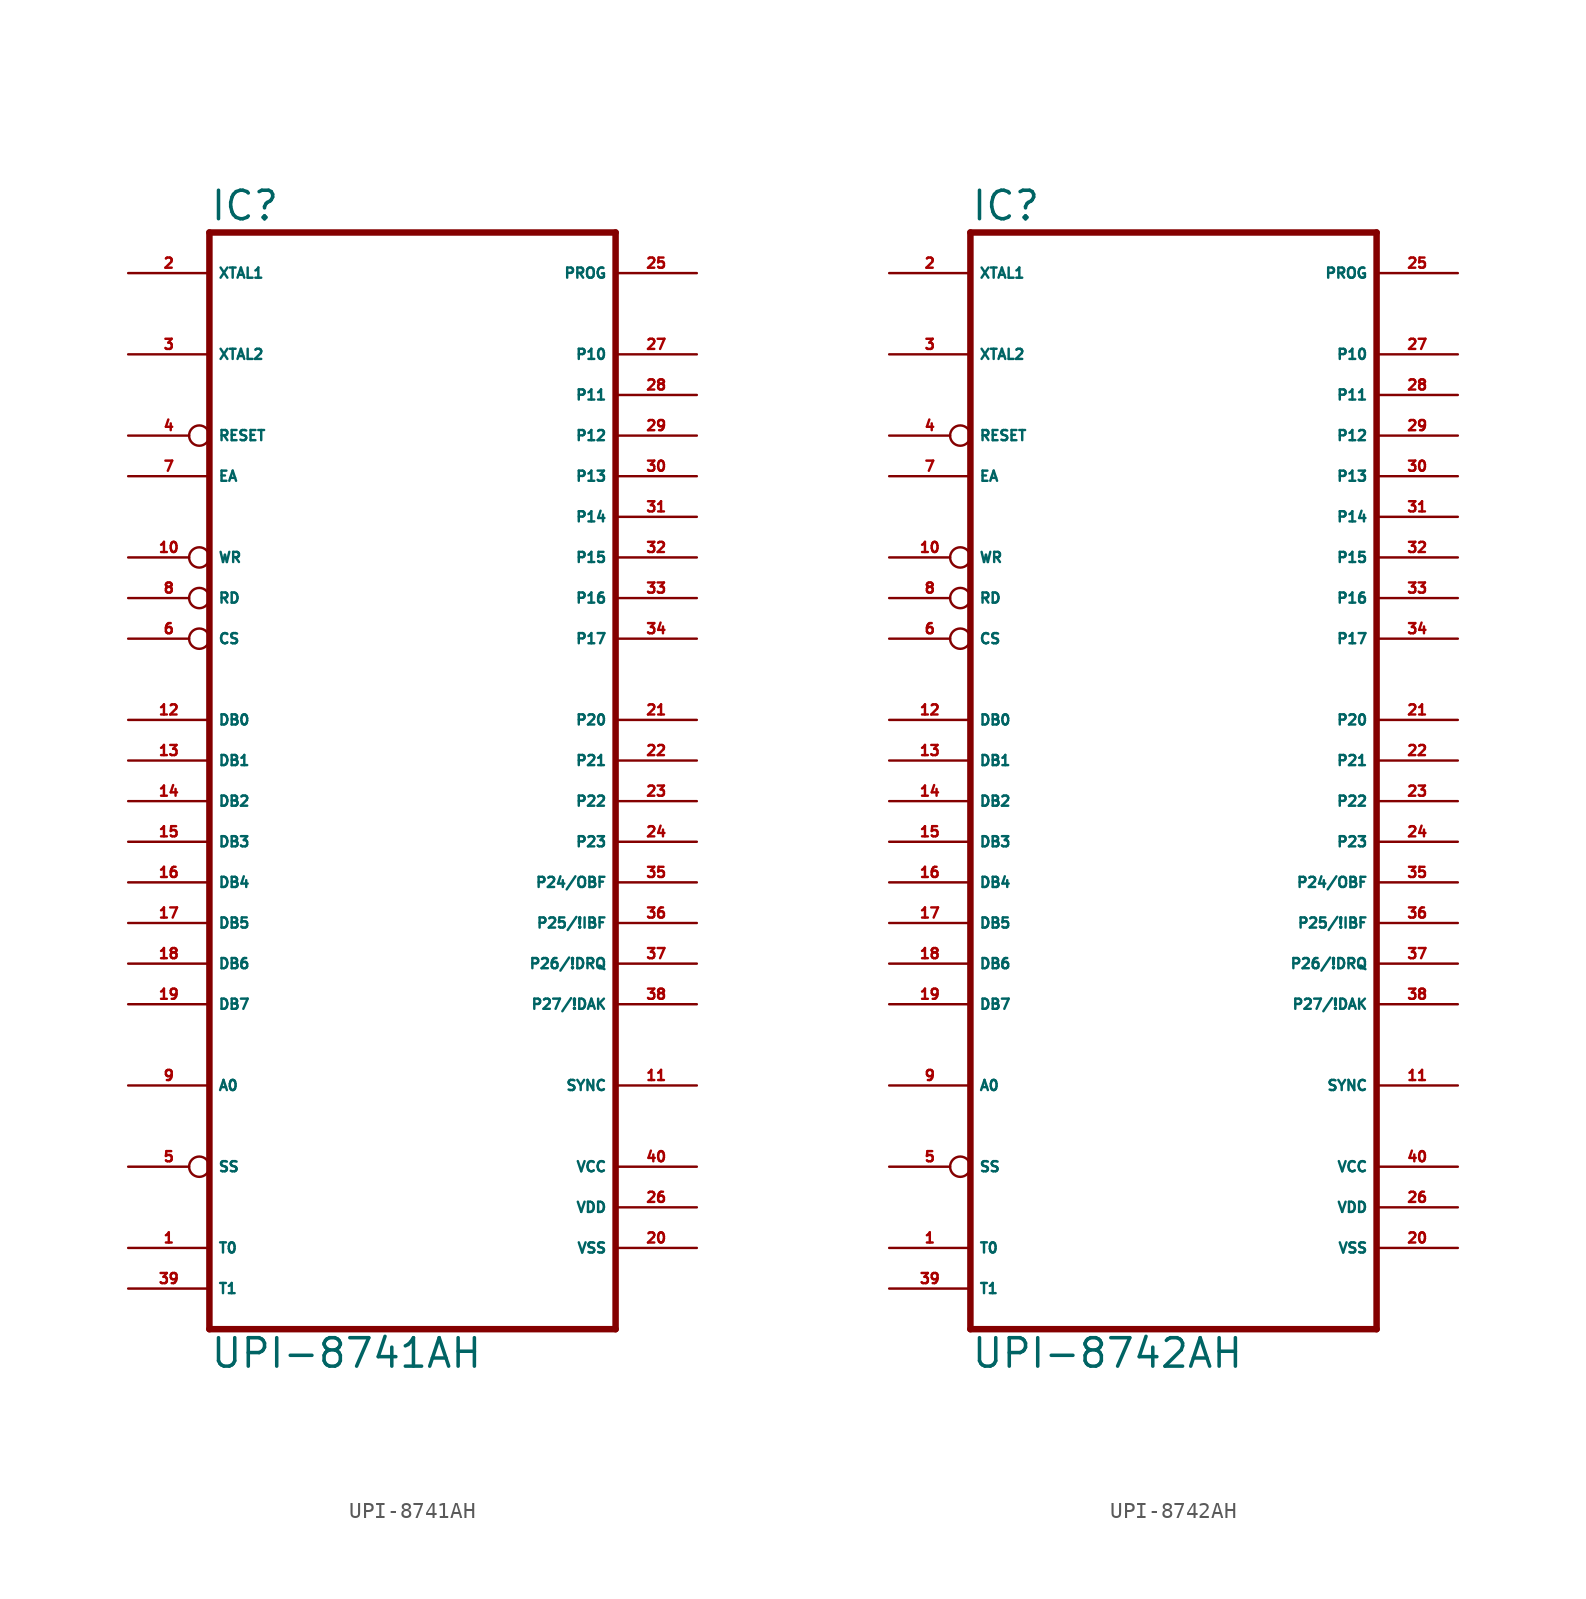
<source format=kicad_sym>
(kicad_symbol_lib
  (version 20220914)
  (generator Eagle2Kicad)
  (symbol "UPI-8741AH"
    (property "Reference" "IC"
      (at -12.7 33.655 0)
      (effects (font (size 1.778 1.778) (thickness 0.22)) (justify left bottom)))
    (property "Value" "UPI-8741AH"
      (at -12.7 -38.1 0)
      (effects (font (size 1.778 1.778) (thickness 0.22)) (justify left bottom)))
    (polyline
      (pts (xy 12.7 33.02) (xy 12.7 -35.56))
      (stroke (width 0.406) (type default))
      (fill (type none)))
    (polyline
      (pts (xy -12.7 -35.56) (xy 12.7 -35.56))
      (stroke (width 0.406) (type default))
      (fill (type none)))
    (polyline
      (pts (xy -12.7 -35.56) (xy -12.7 33.02))
      (stroke (width 0.406) (type default))
      (fill (type none)))
    (polyline
      (pts (xy 12.7 33.02) (xy -12.7 33.02))
      (stroke (width 0.406) (type default))
      (fill (type none)))
    (pin input line
      (at -17.78 25.4 0)
      (length 5.08)
      (name "XTAL2" (effects (font (size 0.635 0.635) (thickness 0.08)) (justify left bottom)))
      (number "3" (effects (font (size 0.635 0.635) (thickness 0.08)) (justify left bottom))))
    (pin input line
      (at -17.78 30.48 0)
      (length 5.08)
      (name "XTAL1" (effects (font (size 0.635 0.635) (thickness 0.08)) (justify left bottom)))
      (number "2" (effects (font (size 0.635 0.635) (thickness 0.08)) (justify left bottom))))
    (pin input line
      (at -17.78 17.78 0)
      (length 5.08)
      (name "EA" (effects (font (size 0.635 0.635) (thickness 0.08)) (justify left bottom)))
      (number "7" (effects (font (size 0.635 0.635) (thickness 0.08)) (justify left bottom))))
    (pin bidirectional line
      (at 17.78 -15.24 180)
      (length 5.08)
      (name "P27/!DAK" (effects (font (size 0.635 0.635) (thickness 0.08)) (justify left bottom)))
      (number "38" (effects (font (size 0.635 0.635) (thickness 0.08)) (justify left bottom))))
    (pin bidirectional line
      (at 17.78 -12.7 180)
      (length 5.08)
      (name "P26/!DRQ" (effects (font (size 0.635 0.635) (thickness 0.08)) (justify left bottom)))
      (number "37" (effects (font (size 0.635 0.635) (thickness 0.08)) (justify left bottom))))
    (pin bidirectional line
      (at 17.78 -10.16 180)
      (length 5.08)
      (name "P25/!IBF" (effects (font (size 0.635 0.635) (thickness 0.08)) (justify left bottom)))
      (number "36" (effects (font (size 0.635 0.635) (thickness 0.08)) (justify left bottom))))
    (pin bidirectional line
      (at 17.78 -7.62 180)
      (length 5.08)
      (name "P24/OBF" (effects (font (size 0.635 0.635) (thickness 0.08)) (justify left bottom)))
      (number "35" (effects (font (size 0.635 0.635) (thickness 0.08)) (justify left bottom))))
    (pin bidirectional line
      (at 17.78 -5.08 180)
      (length 5.08)
      (name "P23" (effects (font (size 0.635 0.635) (thickness 0.08)) (justify left bottom)))
      (number "24" (effects (font (size 0.635 0.635) (thickness 0.08)) (justify left bottom))))
    (pin bidirectional line
      (at 17.78 -2.54 180)
      (length 5.08)
      (name "P22" (effects (font (size 0.635 0.635) (thickness 0.08)) (justify left bottom)))
      (number "23" (effects (font (size 0.635 0.635) (thickness 0.08)) (justify left bottom))))
    (pin bidirectional line
      (at 17.78 0 180)
      (length 5.08)
      (name "P21" (effects (font (size 0.635 0.635) (thickness 0.08)) (justify left bottom)))
      (number "22" (effects (font (size 0.635 0.635) (thickness 0.08)) (justify left bottom))))
    (pin bidirectional line
      (at 17.78 2.54 180)
      (length 5.08)
      (name "P20" (effects (font (size 0.635 0.635) (thickness 0.08)) (justify left bottom)))
      (number "21" (effects (font (size 0.635 0.635) (thickness 0.08)) (justify left bottom))))
    (pin bidirectional line
      (at -17.78 -15.24 0)
      (length 5.08)
      (name "DB7" (effects (font (size 0.635 0.635) (thickness 0.08)) (justify left bottom)))
      (number "19" (effects (font (size 0.635 0.635) (thickness 0.08)) (justify left bottom))))
    (pin bidirectional line
      (at -17.78 -12.7 0)
      (length 5.08)
      (name "DB6" (effects (font (size 0.635 0.635) (thickness 0.08)) (justify left bottom)))
      (number "18" (effects (font (size 0.635 0.635) (thickness 0.08)) (justify left bottom))))
    (pin bidirectional line
      (at -17.78 -10.16 0)
      (length 5.08)
      (name "DB5" (effects (font (size 0.635 0.635) (thickness 0.08)) (justify left bottom)))
      (number "17" (effects (font (size 0.635 0.635) (thickness 0.08)) (justify left bottom))))
    (pin bidirectional line
      (at -17.78 -7.62 0)
      (length 5.08)
      (name "DB4" (effects (font (size 0.635 0.635) (thickness 0.08)) (justify left bottom)))
      (number "16" (effects (font (size 0.635 0.635) (thickness 0.08)) (justify left bottom))))
    (pin bidirectional line
      (at -17.78 -5.08 0)
      (length 5.08)
      (name "DB3" (effects (font (size 0.635 0.635) (thickness 0.08)) (justify left bottom)))
      (number "15" (effects (font (size 0.635 0.635) (thickness 0.08)) (justify left bottom))))
    (pin bidirectional line
      (at -17.78 -2.54 0)
      (length 5.08)
      (name "DB2" (effects (font (size 0.635 0.635) (thickness 0.08)) (justify left bottom)))
      (number "14" (effects (font (size 0.635 0.635) (thickness 0.08)) (justify left bottom))))
    (pin bidirectional line
      (at -17.78 0 0)
      (length 5.08)
      (name "DB1" (effects (font (size 0.635 0.635) (thickness 0.08)) (justify left bottom)))
      (number "13" (effects (font (size 0.635 0.635) (thickness 0.08)) (justify left bottom))))
    (pin bidirectional line
      (at -17.78 2.54 0)
      (length 5.08)
      (name "DB0" (effects (font (size 0.635 0.635) (thickness 0.08)) (justify left bottom)))
      (number "12" (effects (font (size 0.635 0.635) (thickness 0.08)) (justify left bottom))))
    (pin output line
      (at 17.78 -20.32 180)
      (length 5.08)
      (name "SYNC" (effects (font (size 0.635 0.635) (thickness 0.08)) (justify left bottom)))
      (number "11" (effects (font (size 0.635 0.635) (thickness 0.08)) (justify left bottom))))
    (pin input line
      (at -17.78 -20.32 0)
      (length 5.08)
      (name "A0" (effects (font (size 0.635 0.635) (thickness 0.08)) (justify left bottom)))
      (number "9" (effects (font (size 0.635 0.635) (thickness 0.08)) (justify left bottom))))
    (pin input inverted
      (at -17.78 10.16 0)
      (length 5.08)
      (name "RD" (effects (font (size 0.635 0.635) (thickness 0.08)) (justify left bottom)))
      (number "8" (effects (font (size 0.635 0.635) (thickness 0.08)) (justify left bottom))))
    (pin input inverted
      (at -17.78 12.7 0)
      (length 5.08)
      (name "WR" (effects (font (size 0.635 0.635) (thickness 0.08)) (justify left bottom)))
      (number "10" (effects (font (size 0.635 0.635) (thickness 0.08)) (justify left bottom))))
    (pin unspecified line
      (at 17.78 -25.4 180)
      (length 5.08)
      (name "VCC" (effects (font (size 0.635 0.635) (thickness 0.08)) (justify left bottom)))
      (number "40" (effects (font (size 0.635 0.635) (thickness 0.08)) (justify left bottom))))
    (pin unspecified line
      (at 17.78 -30.48 180)
      (length 5.08)
      (name "VSS" (effects (font (size 0.635 0.635) (thickness 0.08)) (justify left bottom)))
      (number "20" (effects (font (size 0.635 0.635) (thickness 0.08)) (justify left bottom))))
    (pin bidirectional line
      (at 17.78 22.86 180)
      (length 5.08)
      (name "P11" (effects (font (size 0.635 0.635) (thickness 0.08)) (justify left bottom)))
      (number "28" (effects (font (size 0.635 0.635) (thickness 0.08)) (justify left bottom))))
    (pin input inverted
      (at -17.78 20.32 0)
      (length 5.08)
      (name "RESET" (effects (font (size 0.635 0.635) (thickness 0.08)) (justify left bottom)))
      (number "4" (effects (font (size 0.635 0.635) (thickness 0.08)) (justify left bottom))))
    (pin bidirectional line
      (at 17.78 17.78 180)
      (length 5.08)
      (name "P13" (effects (font (size 0.635 0.635) (thickness 0.08)) (justify left bottom)))
      (number "30" (effects (font (size 0.635 0.635) (thickness 0.08)) (justify left bottom))))
    (pin bidirectional line
      (at 17.78 15.24 180)
      (length 5.08)
      (name "P14" (effects (font (size 0.635 0.635) (thickness 0.08)) (justify left bottom)))
      (number "31" (effects (font (size 0.635 0.635) (thickness 0.08)) (justify left bottom))))
    (pin bidirectional line
      (at 17.78 12.7 180)
      (length 5.08)
      (name "P15" (effects (font (size 0.635 0.635) (thickness 0.08)) (justify left bottom)))
      (number "32" (effects (font (size 0.635 0.635) (thickness 0.08)) (justify left bottom))))
    (pin bidirectional line
      (at 17.78 10.16 180)
      (length 5.08)
      (name "P16" (effects (font (size 0.635 0.635) (thickness 0.08)) (justify left bottom)))
      (number "33" (effects (font (size 0.635 0.635) (thickness 0.08)) (justify left bottom))))
    (pin bidirectional line
      (at 17.78 7.62 180)
      (length 5.08)
      (name "P17" (effects (font (size 0.635 0.635) (thickness 0.08)) (justify left bottom)))
      (number "34" (effects (font (size 0.635 0.635) (thickness 0.08)) (justify left bottom))))
    (pin input line
      (at -17.78 -30.48 0)
      (length 5.08)
      (name "T0" (effects (font (size 0.635 0.635) (thickness 0.08)) (justify left bottom)))
      (number "1" (effects (font (size 0.635 0.635) (thickness 0.08)) (justify left bottom))))
    (pin input line
      (at -17.78 -33.02 0)
      (length 5.08)
      (name "T1" (effects (font (size 0.635 0.635) (thickness 0.08)) (justify left bottom)))
      (number "39" (effects (font (size 0.635 0.635) (thickness 0.08)) (justify left bottom))))
    (pin input inverted
      (at -17.78 -25.4 0)
      (length 5.08)
      (name "SS" (effects (font (size 0.635 0.635) (thickness 0.08)) (justify left bottom)))
      (number "5" (effects (font (size 0.635 0.635) (thickness 0.08)) (justify left bottom))))
    (pin bidirectional line
      (at 17.78 30.48 180)
      (length 5.08)
      (name "PROG" (effects (font (size 0.635 0.635) (thickness 0.08)) (justify left bottom)))
      (number "25" (effects (font (size 0.635 0.635) (thickness 0.08)) (justify left bottom))))
    (pin input inverted
      (at -17.78 7.62 0)
      (length 5.08)
      (name "CS" (effects (font (size 0.635 0.635) (thickness 0.08)) (justify left bottom)))
      (number "6" (effects (font (size 0.635 0.635) (thickness 0.08)) (justify left bottom))))
    (pin bidirectional line
      (at 17.78 20.32 180)
      (length 5.08)
      (name "P12" (effects (font (size 0.635 0.635) (thickness 0.08)) (justify left bottom)))
      (number "29" (effects (font (size 0.635 0.635) (thickness 0.08)) (justify left bottom))))
    (pin bidirectional line
      (at 17.78 25.4 180)
      (length 5.08)
      (name "P10" (effects (font (size 0.635 0.635) (thickness 0.08)) (justify left bottom)))
      (number "27" (effects (font (size 0.635 0.635) (thickness 0.08)) (justify left bottom))))
    (pin unspecified line
      (at 17.78 -27.94 180)
      (length 5.08)
      (name "VDD" (effects (font (size 0.635 0.635) (thickness 0.08)) (justify left bottom)))
      (number "26" (effects (font (size 0.635 0.635) (thickness 0.08)) (justify left bottom)))))
  (symbol "UPI-8742AH"
    (property "Reference" "IC"
      (at -12.7 33.655 0)
      (effects (font (size 1.778 1.778) (thickness 0.22)) (justify left bottom)))
    (property "Value" "UPI-8742AH"
      (at -12.7 -38.1 0)
      (effects (font (size 1.778 1.778) (thickness 0.22)) (justify left bottom)))
    (polyline
      (pts (xy 12.7 33.02) (xy 12.7 -35.56))
      (stroke (width 0.406) (type default))
      (fill (type none)))
    (polyline
      (pts (xy -12.7 -35.56) (xy 12.7 -35.56))
      (stroke (width 0.406) (type default))
      (fill (type none)))
    (polyline
      (pts (xy -12.7 -35.56) (xy -12.7 33.02))
      (stroke (width 0.406) (type default))
      (fill (type none)))
    (polyline
      (pts (xy 12.7 33.02) (xy -12.7 33.02))
      (stroke (width 0.406) (type default))
      (fill (type none)))
    (pin input line
      (at -17.78 25.4 0)
      (length 5.08)
      (name "XTAL2" (effects (font (size 0.635 0.635) (thickness 0.08)) (justify left bottom)))
      (number "3" (effects (font (size 0.635 0.635) (thickness 0.08)) (justify left bottom))))
    (pin input line
      (at -17.78 30.48 0)
      (length 5.08)
      (name "XTAL1" (effects (font (size 0.635 0.635) (thickness 0.08)) (justify left bottom)))
      (number "2" (effects (font (size 0.635 0.635) (thickness 0.08)) (justify left bottom))))
    (pin input line
      (at -17.78 17.78 0)
      (length 5.08)
      (name "EA" (effects (font (size 0.635 0.635) (thickness 0.08)) (justify left bottom)))
      (number "7" (effects (font (size 0.635 0.635) (thickness 0.08)) (justify left bottom))))
    (pin bidirectional line
      (at 17.78 -15.24 180)
      (length 5.08)
      (name "P27/!DAK" (effects (font (size 0.635 0.635) (thickness 0.08)) (justify left bottom)))
      (number "38" (effects (font (size 0.635 0.635) (thickness 0.08)) (justify left bottom))))
    (pin bidirectional line
      (at 17.78 -12.7 180)
      (length 5.08)
      (name "P26/!DRQ" (effects (font (size 0.635 0.635) (thickness 0.08)) (justify left bottom)))
      (number "37" (effects (font (size 0.635 0.635) (thickness 0.08)) (justify left bottom))))
    (pin bidirectional line
      (at 17.78 -10.16 180)
      (length 5.08)
      (name "P25/!IBF" (effects (font (size 0.635 0.635) (thickness 0.08)) (justify left bottom)))
      (number "36" (effects (font (size 0.635 0.635) (thickness 0.08)) (justify left bottom))))
    (pin bidirectional line
      (at 17.78 -7.62 180)
      (length 5.08)
      (name "P24/OBF" (effects (font (size 0.635 0.635) (thickness 0.08)) (justify left bottom)))
      (number "35" (effects (font (size 0.635 0.635) (thickness 0.08)) (justify left bottom))))
    (pin bidirectional line
      (at 17.78 -5.08 180)
      (length 5.08)
      (name "P23" (effects (font (size 0.635 0.635) (thickness 0.08)) (justify left bottom)))
      (number "24" (effects (font (size 0.635 0.635) (thickness 0.08)) (justify left bottom))))
    (pin bidirectional line
      (at 17.78 -2.54 180)
      (length 5.08)
      (name "P22" (effects (font (size 0.635 0.635) (thickness 0.08)) (justify left bottom)))
      (number "23" (effects (font (size 0.635 0.635) (thickness 0.08)) (justify left bottom))))
    (pin bidirectional line
      (at 17.78 0 180)
      (length 5.08)
      (name "P21" (effects (font (size 0.635 0.635) (thickness 0.08)) (justify left bottom)))
      (number "22" (effects (font (size 0.635 0.635) (thickness 0.08)) (justify left bottom))))
    (pin bidirectional line
      (at 17.78 2.54 180)
      (length 5.08)
      (name "P20" (effects (font (size 0.635 0.635) (thickness 0.08)) (justify left bottom)))
      (number "21" (effects (font (size 0.635 0.635) (thickness 0.08)) (justify left bottom))))
    (pin bidirectional line
      (at -17.78 -15.24 0)
      (length 5.08)
      (name "DB7" (effects (font (size 0.635 0.635) (thickness 0.08)) (justify left bottom)))
      (number "19" (effects (font (size 0.635 0.635) (thickness 0.08)) (justify left bottom))))
    (pin bidirectional line
      (at -17.78 -12.7 0)
      (length 5.08)
      (name "DB6" (effects (font (size 0.635 0.635) (thickness 0.08)) (justify left bottom)))
      (number "18" (effects (font (size 0.635 0.635) (thickness 0.08)) (justify left bottom))))
    (pin bidirectional line
      (at -17.78 -10.16 0)
      (length 5.08)
      (name "DB5" (effects (font (size 0.635 0.635) (thickness 0.08)) (justify left bottom)))
      (number "17" (effects (font (size 0.635 0.635) (thickness 0.08)) (justify left bottom))))
    (pin bidirectional line
      (at -17.78 -7.62 0)
      (length 5.08)
      (name "DB4" (effects (font (size 0.635 0.635) (thickness 0.08)) (justify left bottom)))
      (number "16" (effects (font (size 0.635 0.635) (thickness 0.08)) (justify left bottom))))
    (pin bidirectional line
      (at -17.78 -5.08 0)
      (length 5.08)
      (name "DB3" (effects (font (size 0.635 0.635) (thickness 0.08)) (justify left bottom)))
      (number "15" (effects (font (size 0.635 0.635) (thickness 0.08)) (justify left bottom))))
    (pin bidirectional line
      (at -17.78 -2.54 0)
      (length 5.08)
      (name "DB2" (effects (font (size 0.635 0.635) (thickness 0.08)) (justify left bottom)))
      (number "14" (effects (font (size 0.635 0.635) (thickness 0.08)) (justify left bottom))))
    (pin bidirectional line
      (at -17.78 0 0)
      (length 5.08)
      (name "DB1" (effects (font (size 0.635 0.635) (thickness 0.08)) (justify left bottom)))
      (number "13" (effects (font (size 0.635 0.635) (thickness 0.08)) (justify left bottom))))
    (pin bidirectional line
      (at -17.78 2.54 0)
      (length 5.08)
      (name "DB0" (effects (font (size 0.635 0.635) (thickness 0.08)) (justify left bottom)))
      (number "12" (effects (font (size 0.635 0.635) (thickness 0.08)) (justify left bottom))))
    (pin output line
      (at 17.78 -20.32 180)
      (length 5.08)
      (name "SYNC" (effects (font (size 0.635 0.635) (thickness 0.08)) (justify left bottom)))
      (number "11" (effects (font (size 0.635 0.635) (thickness 0.08)) (justify left bottom))))
    (pin input line
      (at -17.78 -20.32 0)
      (length 5.08)
      (name "A0" (effects (font (size 0.635 0.635) (thickness 0.08)) (justify left bottom)))
      (number "9" (effects (font (size 0.635 0.635) (thickness 0.08)) (justify left bottom))))
    (pin input inverted
      (at -17.78 10.16 0)
      (length 5.08)
      (name "RD" (effects (font (size 0.635 0.635) (thickness 0.08)) (justify left bottom)))
      (number "8" (effects (font (size 0.635 0.635) (thickness 0.08)) (justify left bottom))))
    (pin input inverted
      (at -17.78 12.7 0)
      (length 5.08)
      (name "WR" (effects (font (size 0.635 0.635) (thickness 0.08)) (justify left bottom)))
      (number "10" (effects (font (size 0.635 0.635) (thickness 0.08)) (justify left bottom))))
    (pin unspecified line
      (at 17.78 -25.4 180)
      (length 5.08)
      (name "VCC" (effects (font (size 0.635 0.635) (thickness 0.08)) (justify left bottom)))
      (number "40" (effects (font (size 0.635 0.635) (thickness 0.08)) (justify left bottom))))
    (pin unspecified line
      (at 17.78 -30.48 180)
      (length 5.08)
      (name "VSS" (effects (font (size 0.635 0.635) (thickness 0.08)) (justify left bottom)))
      (number "20" (effects (font (size 0.635 0.635) (thickness 0.08)) (justify left bottom))))
    (pin bidirectional line
      (at 17.78 22.86 180)
      (length 5.08)
      (name "P11" (effects (font (size 0.635 0.635) (thickness 0.08)) (justify left bottom)))
      (number "28" (effects (font (size 0.635 0.635) (thickness 0.08)) (justify left bottom))))
    (pin input inverted
      (at -17.78 20.32 0)
      (length 5.08)
      (name "RESET" (effects (font (size 0.635 0.635) (thickness 0.08)) (justify left bottom)))
      (number "4" (effects (font (size 0.635 0.635) (thickness 0.08)) (justify left bottom))))
    (pin bidirectional line
      (at 17.78 17.78 180)
      (length 5.08)
      (name "P13" (effects (font (size 0.635 0.635) (thickness 0.08)) (justify left bottom)))
      (number "30" (effects (font (size 0.635 0.635) (thickness 0.08)) (justify left bottom))))
    (pin bidirectional line
      (at 17.78 15.24 180)
      (length 5.08)
      (name "P14" (effects (font (size 0.635 0.635) (thickness 0.08)) (justify left bottom)))
      (number "31" (effects (font (size 0.635 0.635) (thickness 0.08)) (justify left bottom))))
    (pin bidirectional line
      (at 17.78 12.7 180)
      (length 5.08)
      (name "P15" (effects (font (size 0.635 0.635) (thickness 0.08)) (justify left bottom)))
      (number "32" (effects (font (size 0.635 0.635) (thickness 0.08)) (justify left bottom))))
    (pin bidirectional line
      (at 17.78 10.16 180)
      (length 5.08)
      (name "P16" (effects (font (size 0.635 0.635) (thickness 0.08)) (justify left bottom)))
      (number "33" (effects (font (size 0.635 0.635) (thickness 0.08)) (justify left bottom))))
    (pin bidirectional line
      (at 17.78 7.62 180)
      (length 5.08)
      (name "P17" (effects (font (size 0.635 0.635) (thickness 0.08)) (justify left bottom)))
      (number "34" (effects (font (size 0.635 0.635) (thickness 0.08)) (justify left bottom))))
    (pin input line
      (at -17.78 -30.48 0)
      (length 5.08)
      (name "T0" (effects (font (size 0.635 0.635) (thickness 0.08)) (justify left bottom)))
      (number "1" (effects (font (size 0.635 0.635) (thickness 0.08)) (justify left bottom))))
    (pin input line
      (at -17.78 -33.02 0)
      (length 5.08)
      (name "T1" (effects (font (size 0.635 0.635) (thickness 0.08)) (justify left bottom)))
      (number "39" (effects (font (size 0.635 0.635) (thickness 0.08)) (justify left bottom))))
    (pin input inverted
      (at -17.78 -25.4 0)
      (length 5.08)
      (name "SS" (effects (font (size 0.635 0.635) (thickness 0.08)) (justify left bottom)))
      (number "5" (effects (font (size 0.635 0.635) (thickness 0.08)) (justify left bottom))))
    (pin bidirectional line
      (at 17.78 30.48 180)
      (length 5.08)
      (name "PROG" (effects (font (size 0.635 0.635) (thickness 0.08)) (justify left bottom)))
      (number "25" (effects (font (size 0.635 0.635) (thickness 0.08)) (justify left bottom))))
    (pin input inverted
      (at -17.78 7.62 0)
      (length 5.08)
      (name "CS" (effects (font (size 0.635 0.635) (thickness 0.08)) (justify left bottom)))
      (number "6" (effects (font (size 0.635 0.635) (thickness 0.08)) (justify left bottom))))
    (pin bidirectional line
      (at 17.78 20.32 180)
      (length 5.08)
      (name "P12" (effects (font (size 0.635 0.635) (thickness 0.08)) (justify left bottom)))
      (number "29" (effects (font (size 0.635 0.635) (thickness 0.08)) (justify left bottom))))
    (pin bidirectional line
      (at 17.78 25.4 180)
      (length 5.08)
      (name "P10" (effects (font (size 0.635 0.635) (thickness 0.08)) (justify left bottom)))
      (number "27" (effects (font (size 0.635 0.635) (thickness 0.08)) (justify left bottom))))
    (pin unspecified line
      (at 17.78 -27.94 180)
      (length 5.08)
      (name "VDD" (effects (font (size 0.635 0.635) (thickness 0.08)) (justify left bottom)))
      (number "26" (effects (font (size 0.635 0.635) (thickness 0.08)) (justify left bottom))))))
</source>
